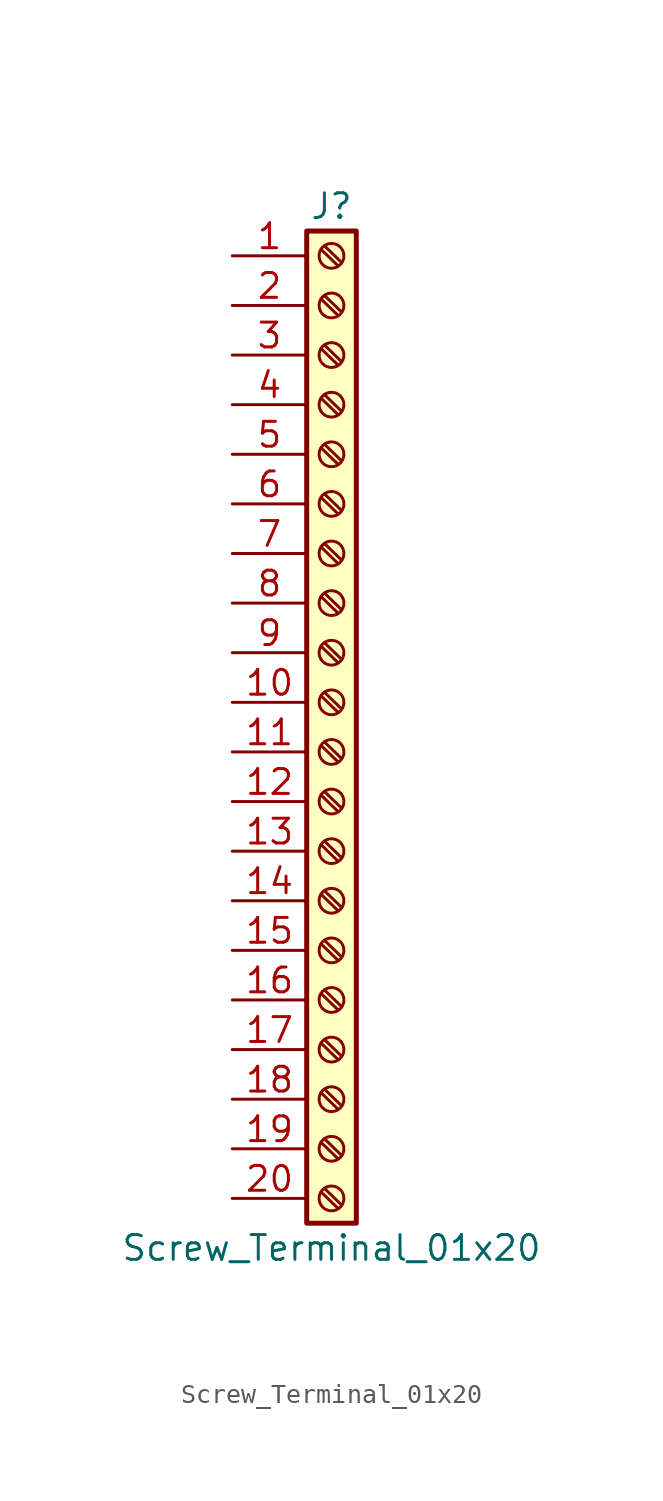
<source format=kicad_sym>
(kicad_symbol_lib
  (version 20241209)
  (generator "kicad_symbol_editor")
  (generator_version "9.0")
  (symbol "Screw_Terminal_01x20"
    (pin_names
      (offset 1.016)
      (hide yes))
    (property "Reference" "J"
      (at 0 25.4 0)
      (effects (font (size 1.27 1.27))))
    (property "Value" "Screw_Terminal_01x20"
      (at 0 -27.94 0)
      (effects (font (size 1.27 1.27))))
    (symbol "Screw_Terminal_01x20_1_1"
      (rectangle (start -1.27 24.13) (end 1.27 -26.67) (stroke (width 0.254) (type default)) (fill (type background)))
      (polyline (pts (xy -0.533 23.19) (xy 0.33 22.352)) (stroke (width 0.152) (type default)) (fill (type none)))
      (polyline (pts (xy -0.533 20.65) (xy 0.33 19.812)) (stroke (width 0.152) (type default)) (fill (type none)))
      (polyline (pts (xy -0.533 18.11) (xy 0.33 17.272)) (stroke (width 0.152) (type default)) (fill (type none)))
      (polyline (pts (xy -0.533 15.57) (xy 0.33 14.732)) (stroke (width 0.152) (type default)) (fill (type none)))
      (polyline (pts (xy -0.533 13.03) (xy 0.33 12.192)) (stroke (width 0.152) (type default)) (fill (type none)))
      (polyline (pts (xy -0.533 10.49) (xy 0.33 9.652)) (stroke (width 0.152) (type default)) (fill (type none)))
      (polyline (pts (xy -0.533 7.95) (xy 0.33 7.112)) (stroke (width 0.152) (type default)) (fill (type none)))
      (polyline (pts (xy -0.533 5.41) (xy 0.33 4.572)) (stroke (width 0.152) (type default)) (fill (type none)))
      (polyline (pts (xy -0.533 2.87) (xy 0.33 2.032)) (stroke (width 0.152) (type default)) (fill (type none)))
      (polyline (pts (xy -0.533 0.33) (xy 0.33 -0.508)) (stroke (width 0.152) (type default)) (fill (type none)))
      (polyline (pts (xy -0.533 -2.21) (xy 0.33 -3.048)) (stroke (width 0.152) (type default)) (fill (type none)))
      (polyline (pts (xy -0.533 -4.75) (xy 0.33 -5.588)) (stroke (width 0.152) (type default)) (fill (type none)))
      (polyline (pts (xy -0.533 -7.29) (xy 0.33 -8.128)) (stroke (width 0.152) (type default)) (fill (type none)))
      (polyline (pts (xy -0.533 -9.83) (xy 0.33 -10.668)) (stroke (width 0.152) (type default)) (fill (type none)))
      (polyline (pts (xy -0.533 -12.37) (xy 0.33 -13.208)) (stroke (width 0.152) (type default)) (fill (type none)))
      (polyline (pts (xy -0.533 -14.91) (xy 0.33 -15.748)) (stroke (width 0.152) (type default)) (fill (type none)))
      (polyline (pts (xy -0.533 -17.45) (xy 0.33 -18.288)) (stroke (width 0.152) (type default)) (fill (type none)))
      (polyline (pts (xy -0.533 -19.99) (xy 0.33 -20.828)) (stroke (width 0.152) (type default)) (fill (type none)))
      (polyline (pts (xy -0.533 -22.53) (xy 0.33 -23.368)) (stroke (width 0.152) (type default)) (fill (type none)))
      (polyline (pts (xy -0.533 -25.07) (xy 0.33 -25.908)) (stroke (width 0.152) (type default)) (fill (type none)))
      (polyline (pts (xy -0.356 23.368) (xy 0.508 22.53)) (stroke (width 0.152) (type default)) (fill (type none)))
      (polyline (pts (xy -0.356 20.828) (xy 0.508 19.99)) (stroke (width 0.152) (type default)) (fill (type none)))
      (polyline (pts (xy -0.356 18.288) (xy 0.508 17.45)) (stroke (width 0.152) (type default)) (fill (type none)))
      (polyline (pts (xy -0.356 15.748) (xy 0.508 14.91)) (stroke (width 0.152) (type default)) (fill (type none)))
      (polyline (pts (xy -0.356 13.208) (xy 0.508 12.37)) (stroke (width 0.152) (type default)) (fill (type none)))
      (polyline (pts (xy -0.356 10.668) (xy 0.508 9.83)) (stroke (width 0.152) (type default)) (fill (type none)))
      (polyline (pts (xy -0.356 8.128) (xy 0.508 7.29)) (stroke (width 0.152) (type default)) (fill (type none)))
      (polyline (pts (xy -0.356 5.588) (xy 0.508 4.75)) (stroke (width 0.152) (type default)) (fill (type none)))
      (polyline (pts (xy -0.356 3.048) (xy 0.508 2.21)) (stroke (width 0.152) (type default)) (fill (type none)))
      (polyline (pts (xy -0.356 0.508) (xy 0.508 -0.33)) (stroke (width 0.152) (type default)) (fill (type none)))
      (polyline (pts (xy -0.356 -2.032) (xy 0.508 -2.87)) (stroke (width 0.152) (type default)) (fill (type none)))
      (polyline (pts (xy -0.356 -4.572) (xy 0.508 -5.41)) (stroke (width 0.152) (type default)) (fill (type none)))
      (polyline (pts (xy -0.356 -7.112) (xy 0.508 -7.95)) (stroke (width 0.152) (type default)) (fill (type none)))
      (polyline (pts (xy -0.356 -9.652) (xy 0.508 -10.49)) (stroke (width 0.152) (type default)) (fill (type none)))
      (polyline (pts (xy -0.356 -12.192) (xy 0.508 -13.03)) (stroke (width 0.152) (type default)) (fill (type none)))
      (polyline (pts (xy -0.356 -14.732) (xy 0.508 -15.57)) (stroke (width 0.152) (type default)) (fill (type none)))
      (polyline (pts (xy -0.356 -17.272) (xy 0.508 -18.11)) (stroke (width 0.152) (type default)) (fill (type none)))
      (polyline (pts (xy -0.356 -19.812) (xy 0.508 -20.65)) (stroke (width 0.152) (type default)) (fill (type none)))
      (polyline (pts (xy -0.356 -22.352) (xy 0.508 -23.19)) (stroke (width 0.152) (type default)) (fill (type none)))
      (polyline (pts (xy -0.356 -24.892) (xy 0.508 -25.73)) (stroke (width 0.152) (type default)) (fill (type none)))
      (circle (center 0 22.86) (radius 0.635) (stroke (width 0.152) (type default)) (fill (type none)))
      (circle (center 0 20.32) (radius 0.635) (stroke (width 0.152) (type default)) (fill (type none)))
      (circle (center 0 17.78) (radius 0.635) (stroke (width 0.152) (type default)) (fill (type none)))
      (circle (center 0 15.24) (radius 0.635) (stroke (width 0.152) (type default)) (fill (type none)))
      (circle (center 0 12.7) (radius 0.635) (stroke (width 0.152) (type default)) (fill (type none)))
      (circle (center 0 10.16) (radius 0.635) (stroke (width 0.152) (type default)) (fill (type none)))
      (circle (center 0 7.62) (radius 0.635) (stroke (width 0.152) (type default)) (fill (type none)))
      (circle (center 0 5.08) (radius 0.635) (stroke (width 0.152) (type default)) (fill (type none)))
      (circle (center 0 2.54) (radius 0.635) (stroke (width 0.152) (type default)) (fill (type none)))
      (circle (center 0 0) (radius 0.635) (stroke (width 0.152) (type default)) (fill (type none)))
      (circle (center 0 -2.54) (radius 0.635) (stroke (width 0.152) (type default)) (fill (type none)))
      (circle (center 0 -5.08) (radius 0.635) (stroke (width 0.152) (type default)) (fill (type none)))
      (circle (center 0 -7.62) (radius 0.635) (stroke (width 0.152) (type default)) (fill (type none)))
      (circle (center 0 -10.16) (radius 0.635) (stroke (width 0.152) (type default)) (fill (type none)))
      (circle (center 0 -12.7) (radius 0.635) (stroke (width 0.152) (type default)) (fill (type none)))
      (circle (center 0 -15.24) (radius 0.635) (stroke (width 0.152) (type default)) (fill (type none)))
      (circle (center 0 -17.78) (radius 0.635) (stroke (width 0.152) (type default)) (fill (type none)))
      (circle (center 0 -20.32) (radius 0.635) (stroke (width 0.152) (type default)) (fill (type none)))
      (circle (center 0 -22.86) (radius 0.635) (stroke (width 0.152) (type default)) (fill (type none)))
      (circle (center 0 -25.4) (radius 0.635) (stroke (width 0.152) (type default)) (fill (type none)))
      (pin passive line (at -5.08 22.86 0) (length 3.81) (name "Pin_1" (effects (font (size 1.27 1.27)))) (number "1" (effects (font (size 1.27 1.27)))))
      (pin passive line (at -5.08 20.32 0) (length 3.81) (name "Pin_2" (effects (font (size 1.27 1.27)))) (number "2" (effects (font (size 1.27 1.27)))))
      (pin passive line (at -5.08 17.78 0) (length 3.81) (name "Pin_3" (effects (font (size 1.27 1.27)))) (number "3" (effects (font (size 1.27 1.27)))))
      (pin passive line (at -5.08 15.24 0) (length 3.81) (name "Pin_4" (effects (font (size 1.27 1.27)))) (number "4" (effects (font (size 1.27 1.27)))))
      (pin passive line (at -5.08 12.7 0) (length 3.81) (name "Pin_5" (effects (font (size 1.27 1.27)))) (number "5" (effects (font (size 1.27 1.27)))))
      (pin passive line (at -5.08 10.16 0) (length 3.81) (name "Pin_6" (effects (font (size 1.27 1.27)))) (number "6" (effects (font (size 1.27 1.27)))))
      (pin passive line (at -5.08 7.62 0) (length 3.81) (name "Pin_7" (effects (font (size 1.27 1.27)))) (number "7" (effects (font (size 1.27 1.27)))))
      (pin passive line (at -5.08 5.08 0) (length 3.81) (name "Pin_8" (effects (font (size 1.27 1.27)))) (number "8" (effects (font (size 1.27 1.27)))))
      (pin passive line (at -5.08 2.54 0) (length 3.81) (name "Pin_9" (effects (font (size 1.27 1.27)))) (number "9" (effects (font (size 1.27 1.27)))))
      (pin passive line (at -5.08 0 0) (length 3.81) (name "Pin_10" (effects (font (size 1.27 1.27)))) (number "10" (effects (font (size 1.27 1.27)))))
      (pin passive line (at -5.08 -2.54 0) (length 3.81) (name "Pin_11" (effects (font (size 1.27 1.27)))) (number "11" (effects (font (size 1.27 1.27)))))
      (pin passive line (at -5.08 -5.08 0) (length 3.81) (name "Pin_12" (effects (font (size 1.27 1.27)))) (number "12" (effects (font (size 1.27 1.27)))))
      (pin passive line (at -5.08 -7.62 0) (length 3.81) (name "Pin_13" (effects (font (size 1.27 1.27)))) (number "13" (effects (font (size 1.27 1.27)))))
      (pin passive line (at -5.08 -10.16 0) (length 3.81) (name "Pin_14" (effects (font (size 1.27 1.27)))) (number "14" (effects (font (size 1.27 1.27)))))
      (pin passive line (at -5.08 -12.7 0) (length 3.81) (name "Pin_15" (effects (font (size 1.27 1.27)))) (number "15" (effects (font (size 1.27 1.27)))))
      (pin passive line (at -5.08 -15.24 0) (length 3.81) (name "Pin_16" (effects (font (size 1.27 1.27)))) (number "16" (effects (font (size 1.27 1.27)))))
      (pin passive line (at -5.08 -17.78 0) (length 3.81) (name "Pin_17" (effects (font (size 1.27 1.27)))) (number "17" (effects (font (size 1.27 1.27)))))
      (pin passive line (at -5.08 -20.32 0) (length 3.81) (name "Pin_18" (effects (font (size 1.27 1.27)))) (number "18" (effects (font (size 1.27 1.27)))))
      (pin passive line (at -5.08 -22.86 0) (length 3.81) (name "Pin_19" (effects (font (size 1.27 1.27)))) (number "19" (effects (font (size 1.27 1.27)))))
      (pin passive line (at -5.08 -25.4 0) (length 3.81) (name "Pin_20" (effects (font (size 1.27 1.27)))) (number "20" (effects (font (size 1.27 1.27))))))))
</source>
